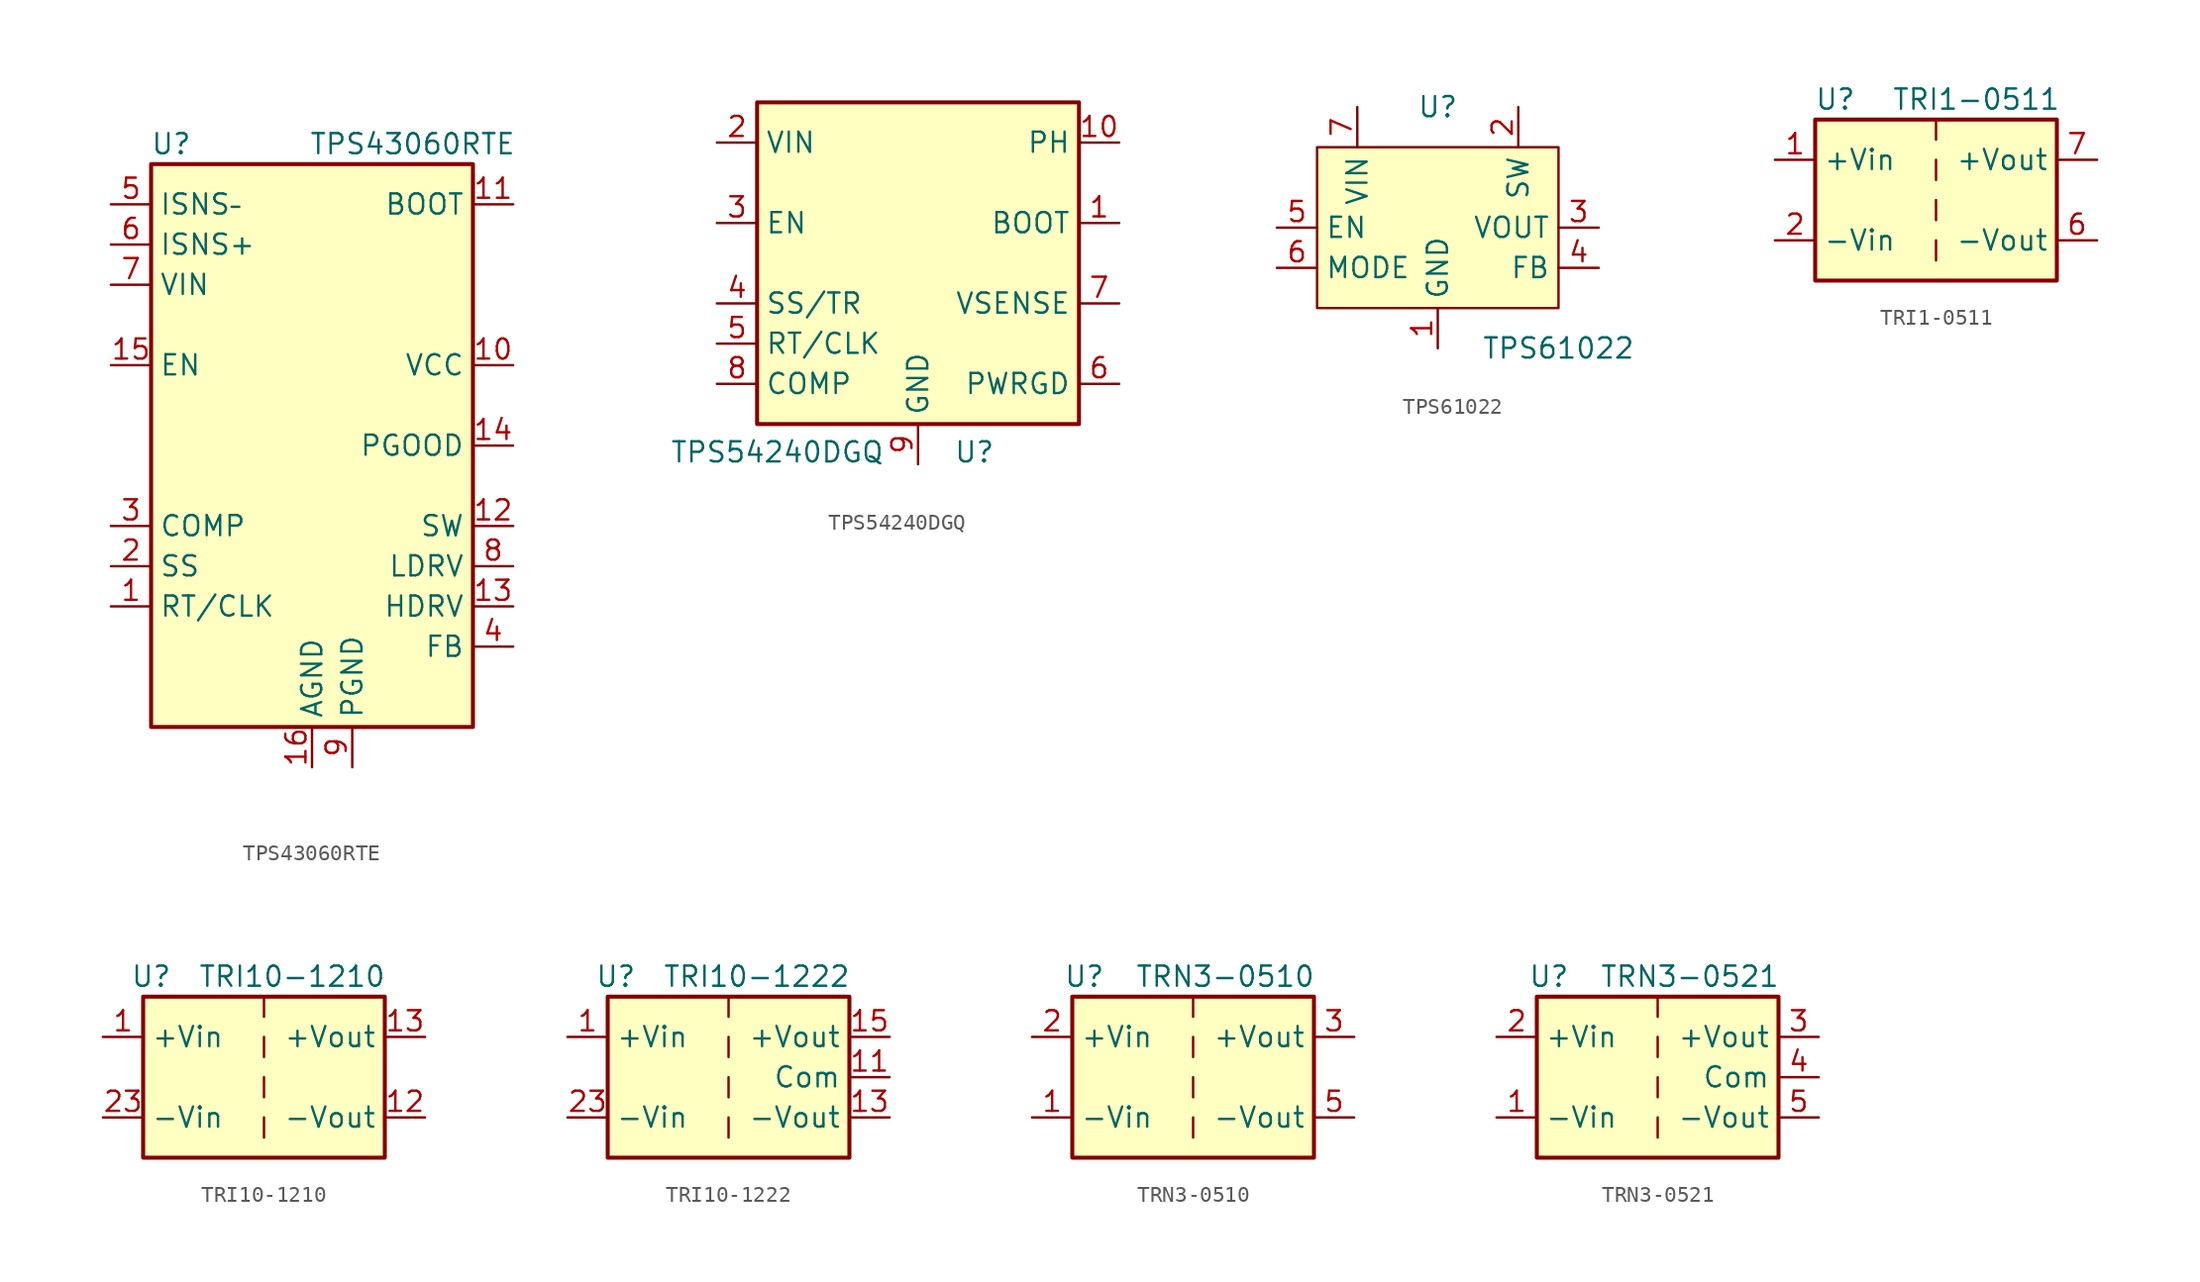
<source format=kicad_sym>
(kicad_symbol_lib
  (version 20241209)
  (generator "kicad_symbol_editor")
  (generator_version "9.0")
  (symbol "TPS43060RTE"
    (property "Reference" "U"
      (at -8.89 19.05 0)
      (effects (font (size 1.27 1.27))))
    (property "Value" "TPS43060RTE"
      (at 6.35 19.05 0)
      (effects (font (size 1.27 1.27))))
    (symbol "TPS43060RTE_1_1"
      (rectangle (start -10.16 17.78) (end 10.16 -17.78) (stroke (width 0.254) (type default)) (fill (type background)))
      (pin input line (at -12.7 15.24 0) (length 2.54) (name "ISNS–" (effects (font (size 1.27 1.27)))) (number "5" (effects (font (size 1.27 1.27)))))
      (pin input line (at -12.7 12.7 0) (length 2.54) (name "ISNS+" (effects (font (size 1.27 1.27)))) (number "6" (effects (font (size 1.27 1.27)))))
      (pin power_in line (at -12.7 10.16 0) (length 2.54) (name "VIN" (effects (font (size 1.27 1.27)))) (number "7" (effects (font (size 1.27 1.27)))))
      (pin passive line (at -12.7 5.08 0) (length 2.54) (name "EN" (effects (font (size 1.27 1.27)))) (number "15" (effects (font (size 1.27 1.27)))))
      (pin passive line (at -12.7 -5.08 0) (length 2.54) (name "COMP" (effects (font (size 1.27 1.27)))) (number "3" (effects (font (size 1.27 1.27)))))
      (pin passive line (at -12.7 -7.62 0) (length 2.54) (name "SS" (effects (font (size 1.27 1.27)))) (number "2" (effects (font (size 1.27 1.27)))))
      (pin passive line (at -12.7 -10.16 0) (length 2.54) (name "RT/CLK" (effects (font (size 1.27 1.27)))) (number "1" (effects (font (size 1.27 1.27)))))
      (pin power_in line (at 0 -20.32 90) (length 2.54) (name "AGND" (effects (font (size 1.27 1.27)))) (number "16" (effects (font (size 1.27 1.27)))))
      (pin passive line (at 0 -20.32 90) (length 2.54) (hide yes) (name "AGND" (effects (font (size 1.27 1.27)))) (number "17" (effects (font (size 1.27 1.27)))))
      (pin power_in line (at 2.54 -20.32 90) (length 2.54) (name "PGND" (effects (font (size 1.27 1.27)))) (number "9" (effects (font (size 1.27 1.27)))))
      (pin input line (at 12.7 15.24 180) (length 2.54) (name "BOOT" (effects (font (size 1.27 1.27)))) (number "11" (effects (font (size 1.27 1.27)))))
      (pin power_out line (at 12.7 5.08 180) (length 2.54) (name "VCC" (effects (font (size 1.27 1.27)))) (number "10" (effects (font (size 1.27 1.27)))))
      (pin open_collector line (at 12.7 0 180) (length 2.54) (name "PGOOD" (effects (font (size 1.27 1.27)))) (number "14" (effects (font (size 1.27 1.27)))))
      (pin input line (at 12.7 -5.08 180) (length 2.54) (name "SW" (effects (font (size 1.27 1.27)))) (number "12" (effects (font (size 1.27 1.27)))))
      (pin output line (at 12.7 -7.62 180) (length 2.54) (name "LDRV" (effects (font (size 1.27 1.27)))) (number "8" (effects (font (size 1.27 1.27)))))
      (pin input line (at 12.7 -10.16 180) (length 2.54) (name "HDRV" (effects (font (size 1.27 1.27)))) (number "13" (effects (font (size 1.27 1.27)))))
      (pin input line (at 12.7 -12.7 180) (length 2.54) (name "FB" (effects (font (size 1.27 1.27)))) (number "4" (effects (font (size 1.27 1.27)))))))
  (symbol "TPS54240DGQ"
    (property "Reference" "U"
      (at 3.556 -11.938 0)
      (effects (font (size 1.27 1.27))))
    (property "Value" "TPS54240DGQ"
      (at -8.89 -11.938 0)
      (effects (font (size 1.27 1.27))))
    (symbol "TPS54240DGQ_1_1"
      (rectangle (start -10.16 10.16) (end 10.16 -10.16) (stroke (width 0.254) (type default)) (fill (type background)))
      (pin power_in line (at -12.7 7.62 0) (length 2.54) (name "VIN" (effects (font (size 1.27 1.27)))) (number "2" (effects (font (size 1.27 1.27)))))
      (pin input line (at -12.7 2.54 0) (length 2.54) (name "EN" (effects (font (size 1.27 1.27)))) (number "3" (effects (font (size 1.27 1.27)))))
      (pin passive line (at -12.7 -2.54 0) (length 2.54) (name "SS/TR" (effects (font (size 1.27 1.27)))) (number "4" (effects (font (size 1.27 1.27)))))
      (pin passive line (at -12.7 -5.08 0) (length 2.54) (name "RT/CLK" (effects (font (size 1.27 1.27)))) (number "5" (effects (font (size 1.27 1.27)))))
      (pin passive line (at -12.7 -7.62 0) (length 2.54) (name "COMP" (effects (font (size 1.27 1.27)))) (number "8" (effects (font (size 1.27 1.27)))))
      (pin passive line (at 0 -12.7 90) (length 2.54) (hide yes) (name "GND" (effects (font (size 1.27 1.27)))) (number "11" (effects (font (size 1.27 1.27)))))
      (pin power_in line (at 0 -12.7 90) (length 2.54) (name "GND" (effects (font (size 1.27 1.27)))) (number "9" (effects (font (size 1.27 1.27)))))
      (pin power_out line (at 12.7 7.62 180) (length 2.54) (name "PH" (effects (font (size 1.27 1.27)))) (number "10" (effects (font (size 1.27 1.27)))))
      (pin input line (at 12.7 2.54 180) (length 2.54) (name "BOOT" (effects (font (size 1.27 1.27)))) (number "1" (effects (font (size 1.27 1.27)))))
      (pin input line (at 12.7 -2.54 180) (length 2.54) (name "VSENSE" (effects (font (size 1.27 1.27)))) (number "7" (effects (font (size 1.27 1.27)))))
      (pin open_collector line (at 12.7 -7.62 180) (length 2.54) (name "PWRGD" (effects (font (size 1.27 1.27)))) (number "6" (effects (font (size 1.27 1.27)))))))
  (symbol "TPS61022"
    (property "Reference" "U"
      (at 0 7.62 0)
      (effects (font (size 1.27 1.27))))
    (property "Value" "TPS61022"
      (at 7.62 -7.62 0)
      (effects (font (size 1.27 1.27))))
    (symbol "TPS61022_1_1"
      (rectangle (start -7.62 5.08) (end 7.62 -5.08) (stroke (width 0) (type default)) (fill (type background)))
      (pin input line (at -10.16 0 0) (length 2.54) (name "EN" (effects (font (size 1.27 1.27)))) (number "5" (effects (font (size 1.27 1.27)))))
      (pin input line (at -10.16 -2.54 0) (length 2.54) (name "MODE" (effects (font (size 1.27 1.27)))) (number "6" (effects (font (size 1.27 1.27)))))
      (pin power_in line (at -5.08 7.62 270) (length 2.54) (name "VIN" (effects (font (size 1.27 1.27)))) (number "7" (effects (font (size 1.27 1.27)))))
      (pin power_in line (at 0 -7.62 90) (length 2.54) (name "GND" (effects (font (size 1.27 1.27)))) (number "1" (effects (font (size 1.27 1.27)))))
      (pin input line (at 5.08 7.62 270) (length 2.54) (name "SW" (effects (font (size 1.27 1.27)))) (number "2" (effects (font (size 1.27 1.27)))))
      (pin power_out line (at 10.16 0 180) (length 2.54) (name "VOUT" (effects (font (size 1.27 1.27)))) (number "3" (effects (font (size 1.27 1.27)))))
      (pin input line (at 10.16 -2.54 180) (length 2.54) (name "FB" (effects (font (size 1.27 1.27)))) (number "4" (effects (font (size 1.27 1.27)))))))
  (symbol "TRI1-0511"
    (property "Reference" "U"
      (at -6.35 6.35 0)
      (effects (font (size 1.27 1.27))))
    (property "Value" "TRI1-0511"
      (at 2.54 6.35 0)
      (effects (font (size 1.27 1.27))))
    (symbol "TRI1-0511_0_1"
      (rectangle (start -7.62 5.08) (end 7.62 -5.08) (stroke (width 0.254) (type default)) (fill (type background)))
      (polyline (pts (xy 0 5.08) (xy 0 3.81)) (stroke (width 0) (type default)) (fill (type none)))
      (polyline (pts (xy 0 2.54) (xy 0 1.27)) (stroke (width 0) (type default)) (fill (type none)))
      (polyline (pts (xy 0 0) (xy 0 -1.27)) (stroke (width 0) (type default)) (fill (type none)))
      (polyline (pts (xy 0 -2.54) (xy 0 -3.81)) (stroke (width 0) (type default)) (fill (type none))))
    (symbol "TRI1-0511_1_1"
      (pin power_in line (at -10.16 2.54 0) (length 2.54) (name "+Vin" (effects (font (size 1.27 1.27)))) (number "1" (effects (font (size 1.27 1.27)))))
      (pin power_in line (at -10.16 -2.54 0) (length 2.54) (name "-Vin" (effects (font (size 1.27 1.27)))) (number "2" (effects (font (size 1.27 1.27)))))
      (pin power_out line (at 10.16 2.54 180) (length 2.54) (name "+Vout" (effects (font (size 1.27 1.27)))) (number "7" (effects (font (size 1.27 1.27)))))
      (pin power_out line (at 10.16 -2.54 180) (length 2.54) (name "-Vout" (effects (font (size 1.27 1.27)))) (number "6" (effects (font (size 1.27 1.27)))))))
  (symbol "TRI10-1210"
    (property "Reference" "U"
      (at -7.112 6.35 0)
      (effects (font (size 1.27 1.27))))
    (property "Value" "TRI10-1210"
      (at 1.778 6.35 0)
      (effects (font (size 1.27 1.27))))
    (symbol "TRI10-1210_0_1"
      (rectangle (start -7.62 5.08) (end 7.62 -5.08) (stroke (width 0.254) (type default)) (fill (type background)))
      (polyline (pts (xy 0 5.08) (xy 0 3.81)) (stroke (width 0) (type default)) (fill (type none)))
      (polyline (pts (xy 0 2.54) (xy 0 1.27)) (stroke (width 0) (type default)) (fill (type none)))
      (polyline (pts (xy 0 0) (xy 0 -1.27)) (stroke (width 0) (type default)) (fill (type none)))
      (polyline (pts (xy 0 -2.54) (xy 0 -3.81)) (stroke (width 0) (type default)) (fill (type none))))
    (symbol "TRI10-1210_1_0"
      (pin power_in line (at -10.16 2.54 0) (length 2.54) (name "+Vin" (effects (font (size 1.27 1.27)))) (number "1" (effects (font (size 1.27 1.27)))))
      (pin power_in line (at -10.16 -2.54 0) (length 2.54) (name "-Vin" (effects (font (size 1.27 1.27)))) (number "23" (effects (font (size 1.27 1.27)))))
      (pin passive line (at -10.16 -2.54 0) (length 2.54) (hide yes) (name "-Vin" (effects (font (size 1.27 1.27)))) (number "24" (effects (font (size 1.27 1.27)))))
      (pin power_out line (at 10.16 2.54 180) (length 2.54) (name "+Vout" (effects (font (size 1.27 1.27)))) (number "13" (effects (font (size 1.27 1.27)))))
      (pin power_out line (at 10.16 -2.54 180) (length 2.54) (name "-Vout" (effects (font (size 1.27 1.27)))) (number "12" (effects (font (size 1.27 1.27)))))))
  (symbol "TRI10-1222"
    (property "Reference" "U"
      (at -7.112 6.35 0)
      (effects (font (size 1.27 1.27))))
    (property "Value" "TRI10-1222"
      (at 1.778 6.35 0)
      (effects (font (size 1.27 1.27))))
    (symbol "TRI10-1222_0_1"
      (rectangle (start -7.62 5.08) (end 7.62 -5.08) (stroke (width 0.254) (type default)) (fill (type background)))
      (polyline (pts (xy 0 5.08) (xy 0 3.81)) (stroke (width 0) (type default)) (fill (type none)))
      (polyline (pts (xy 0 2.54) (xy 0 1.27)) (stroke (width 0) (type default)) (fill (type none)))
      (polyline (pts (xy 0 0) (xy 0 -1.27)) (stroke (width 0) (type default)) (fill (type none)))
      (polyline (pts (xy 0 -2.54) (xy 0 -3.81)) (stroke (width 0) (type default)) (fill (type none))))
    (symbol "TRI10-1222_1_0"
      (pin power_in line (at -10.16 2.54 0) (length 2.54) (name "+Vin" (effects (font (size 1.27 1.27)))) (number "1" (effects (font (size 1.27 1.27)))))
      (pin power_in line (at -10.16 -2.54 0) (length 2.54) (name "-Vin" (effects (font (size 1.27 1.27)))) (number "23" (effects (font (size 1.27 1.27)))))
      (pin passive line (at -10.16 -2.54 0) (length 2.54) (hide yes) (name "-Vin" (effects (font (size 1.27 1.27)))) (number "24" (effects (font (size 1.27 1.27)))))
      (pin power_out line (at 10.16 2.54 180) (length 2.54) (name "+Vout" (effects (font (size 1.27 1.27)))) (number "15" (effects (font (size 1.27 1.27)))))
      (pin power_out line (at 10.16 0 180) (length 2.54) (name "Com" (effects (font (size 1.27 1.27)))) (number "11" (effects (font (size 1.27 1.27)))))
      (pin power_out line (at 10.16 -2.54 180) (length 2.54) (name "-Vout" (effects (font (size 1.27 1.27)))) (number "13" (effects (font (size 1.27 1.27)))))))
  (symbol "TRN3-0510"
    (property "Reference" "U"
      (at -6.858 6.35 0)
      (effects (font (size 1.27 1.27))))
    (property "Value" "TRN3-0510"
      (at 2.032 6.35 0)
      (effects (font (size 1.27 1.27))))
    (symbol "TRN3-0510_0_1"
      (rectangle (start -7.62 5.08) (end 7.62 -5.08) (stroke (width 0.254) (type default)) (fill (type background)))
      (polyline (pts (xy 0 5.08) (xy 0 3.81)) (stroke (width 0) (type default)) (fill (type none)))
      (polyline (pts (xy 0 2.54) (xy 0 1.27)) (stroke (width 0) (type default)) (fill (type none)))
      (polyline (pts (xy 0 0) (xy 0 -1.27)) (stroke (width 0) (type default)) (fill (type none)))
      (polyline (pts (xy 0 -2.54) (xy 0 -3.81)) (stroke (width 0) (type default)) (fill (type none))))
    (symbol "TRN3-0510_1_1"
      (pin power_in line (at -10.16 2.54 0) (length 2.54) (name "+Vin" (effects (font (size 1.27 1.27)))) (number "2" (effects (font (size 1.27 1.27)))))
      (pin power_in line (at -10.16 -2.54 0) (length 2.54) (name "-Vin" (effects (font (size 1.27 1.27)))) (number "1" (effects (font (size 1.27 1.27)))))
      (pin power_out line (at 10.16 2.54 180) (length 2.54) (name "+Vout" (effects (font (size 1.27 1.27)))) (number "3" (effects (font (size 1.27 1.27)))))
      (pin power_out line (at 10.16 -2.54 180) (length 2.54) (name "-Vout" (effects (font (size 1.27 1.27)))) (number "5" (effects (font (size 1.27 1.27)))))))
  (symbol "TRN3-0521"
    (property "Reference" "U"
      (at -6.858 6.35 0)
      (effects (font (size 1.27 1.27))))
    (property "Value" "TRN3-0521"
      (at 2.032 6.35 0)
      (effects (font (size 1.27 1.27))))
    (symbol "TRN3-0521_0_1"
      (rectangle (start -7.62 5.08) (end 7.62 -5.08) (stroke (width 0.254) (type default)) (fill (type background)))
      (polyline (pts (xy 0 5.08) (xy 0 3.81)) (stroke (width 0) (type default)) (fill (type none)))
      (polyline (pts (xy 0 2.54) (xy 0 1.27)) (stroke (width 0) (type default)) (fill (type none)))
      (polyline (pts (xy 0 0) (xy 0 -1.27)) (stroke (width 0) (type default)) (fill (type none)))
      (polyline (pts (xy 0 -2.54) (xy 0 -3.81)) (stroke (width 0) (type default)) (fill (type none))))
    (symbol "TRN3-0521_1_1"
      (pin power_in line (at -10.16 2.54 0) (length 2.54) (name "+Vin" (effects (font (size 1.27 1.27)))) (number "2" (effects (font (size 1.27 1.27)))))
      (pin power_in line (at -10.16 -2.54 0) (length 2.54) (name "-Vin" (effects (font (size 1.27 1.27)))) (number "1" (effects (font (size 1.27 1.27)))))
      (pin power_out line (at 10.16 2.54 180) (length 2.54) (name "+Vout" (effects (font (size 1.27 1.27)))) (number "3" (effects (font (size 1.27 1.27)))))
      (pin power_out line (at 10.16 0 180) (length 2.54) (name "Com" (effects (font (size 1.27 1.27)))) (number "4" (effects (font (size 1.27 1.27)))))
      (pin power_out line (at 10.16 -2.54 180) (length 2.54) (name "-Vout" (effects (font (size 1.27 1.27)))) (number "5" (effects (font (size 1.27 1.27))))))))
</source>
